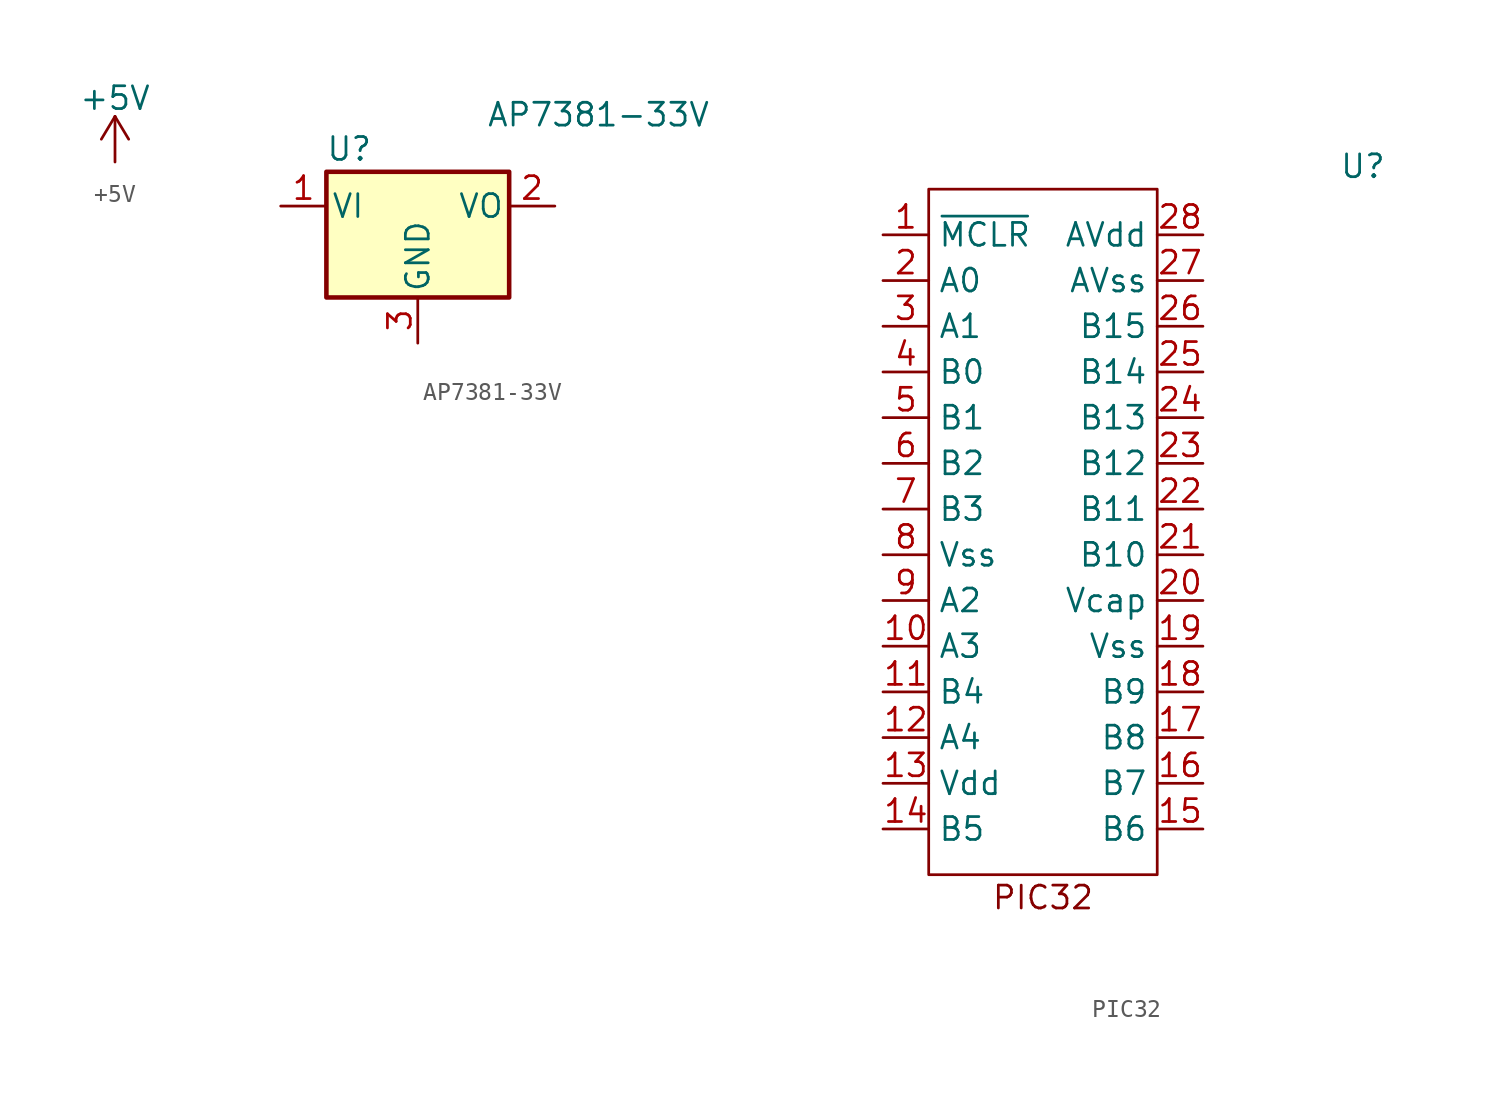
<source format=kicad_sym>
(kicad_symbol_lib
  (version 20220914)
  (generator kicad_symbol_editor)
  (symbol "+5V"
    (power)
    (pin_names
      (offset 0))
    (property "Reference" "#PWR"
      (at 0 -3.81 0)
      (effects (font (size 1.27 1.27)) hide))
    (property "Value" "+5V"
      (at 0 3.556 0)
      (effects (font (size 1.27 1.27))))
    (symbol "+5V_0_1"
      (polyline (pts (xy -0.762 1.27) (xy 0 2.54)) (stroke (width 0) (type default)) (fill (type none)))
      (polyline (pts (xy 0 0) (xy 0 2.54)) (stroke (width 0) (type default)) (fill (type none)))
      (polyline (pts (xy 0 2.54) (xy 0.762 1.27)) (stroke (width 0) (type default)) (fill (type none))))
    (symbol "+5V_1_1"
      (pin power_in line (at 0 0 90) (length 0) hide (name "+3.3V" (effects (font (size 1.27 1.27)))) (number "1" (effects (font (size 1.27 1.27)))))))
  (symbol "AP7381-33V"
    (pin_names
      (offset 0.254))
    (property "Reference" "U"
      (at -3.81 3.175 0)
      (effects (font (size 1.27 1.27))))
    (property "Value" "AP7381-33V"
      (at 3.81 5.08 0)
      (effects (font (size 1.27 1.27)) (justify left)))
    (symbol "AP7381-33V_0_1"
      (rectangle (start -5.08 1.905) (end 5.08 -5.08) (stroke (width 0.254) (type default)) (fill (type background))))
    (symbol "AP7381-33V_1_1"
      (pin power_in line (at -7.62 0 0) (length 2.54) (name "VI" (effects (font (size 1.27 1.27)))) (number "1" (effects (font (size 1.27 1.27)))))
      (pin power_out line (at 7.62 0 180) (length 2.54) (name "VO" (effects (font (size 1.27 1.27)))) (number "2" (effects (font (size 1.27 1.27)))))
      (pin power_in line (at 0 -7.62 90) (length 2.54) (name "GND" (effects (font (size 1.27 1.27)))) (number "3" (effects (font (size 1.27 1.27)))))))
  (symbol "PIC32"
    (property "Reference" "U"
      (at 17.78 17.78 0)
      (effects (font (size 1.27 1.27))))
    (property "Value" ""
      (at 5.08 8.89 0)
      (effects (font (size 1.27 1.27))))
    (symbol "PIC32_0_1"
      (rectangle (start -6.35 16.51) (end 6.35 -21.59) (stroke (width 0) (type default)) (fill (type none))))
    (symbol "PIC32_1_1"
      (text "PIC32" (at 0 -22.86 0) (effects (font (size 1.27 1.27))))
      (pin input line (at -8.89 13.97 0) (length 2.54) (name "~{MCLR}" (effects (font (size 1.27 1.27)))) (number "1" (effects (font (size 1.27 1.27)))))
      (pin input line (at -8.89 -8.89 0) (length 2.54) (name "A3" (effects (font (size 1.27 1.27)))) (number "10" (effects (font (size 1.27 1.27)))))
      (pin input line (at -8.89 -11.43 0) (length 2.54) (name "B4" (effects (font (size 1.27 1.27)))) (number "11" (effects (font (size 1.27 1.27)))))
      (pin input line (at -8.89 -13.97 0) (length 2.54) (name "A4" (effects (font (size 1.27 1.27)))) (number "12" (effects (font (size 1.27 1.27)))))
      (pin input line (at -8.89 -16.51 0) (length 2.54) (name "Vdd" (effects (font (size 1.27 1.27)))) (number "13" (effects (font (size 1.27 1.27)))))
      (pin input line (at -8.89 -19.05 0) (length 2.54) (name "B5" (effects (font (size 1.27 1.27)))) (number "14" (effects (font (size 1.27 1.27)))))
      (pin input line (at 8.89 -19.05 180) (length 2.54) (name "B6" (effects (font (size 1.27 1.27)))) (number "15" (effects (font (size 1.27 1.27)))))
      (pin input line (at 8.89 -16.51 180) (length 2.54) (name "B7" (effects (font (size 1.27 1.27)))) (number "16" (effects (font (size 1.27 1.27)))))
      (pin input line (at 8.89 -13.97 180) (length 2.54) (name "B8" (effects (font (size 1.27 1.27)))) (number "17" (effects (font (size 1.27 1.27)))))
      (pin input line (at 8.89 -11.43 180) (length 2.54) (name "B9" (effects (font (size 1.27 1.27)))) (number "18" (effects (font (size 1.27 1.27)))))
      (pin input line (at 8.89 -8.89 180) (length 2.54) (name "Vss" (effects (font (size 1.27 1.27)))) (number "19" (effects (font (size 1.27 1.27)))))
      (pin input line (at -8.89 11.43 0) (length 2.54) (name "A0" (effects (font (size 1.27 1.27)))) (number "2" (effects (font (size 1.27 1.27)))))
      (pin input line (at 8.89 -6.35 180) (length 2.54) (name "Vcap" (effects (font (size 1.27 1.27)))) (number "20" (effects (font (size 1.27 1.27)))))
      (pin input line (at 8.89 -3.81 180) (length 2.54) (name "B10" (effects (font (size 1.27 1.27)))) (number "21" (effects (font (size 1.27 1.27)))))
      (pin input line (at 8.89 -1.27 180) (length 2.54) (name "B11" (effects (font (size 1.27 1.27)))) (number "22" (effects (font (size 1.27 1.27)))))
      (pin input line (at 8.89 1.27 180) (length 2.54) (name "B12" (effects (font (size 1.27 1.27)))) (number "23" (effects (font (size 1.27 1.27)))))
      (pin input line (at 8.89 3.81 180) (length 2.54) (name "B13" (effects (font (size 1.27 1.27)))) (number "24" (effects (font (size 1.27 1.27)))))
      (pin input line (at 8.89 6.35 180) (length 2.54) (name "B14" (effects (font (size 1.27 1.27)))) (number "25" (effects (font (size 1.27 1.27)))))
      (pin input line (at 8.89 8.89 180) (length 2.54) (name "B15" (effects (font (size 1.27 1.27)))) (number "26" (effects (font (size 1.27 1.27)))))
      (pin input line (at 8.89 11.43 180) (length 2.54) (name "AVss" (effects (font (size 1.27 1.27)))) (number "27" (effects (font (size 1.27 1.27)))))
      (pin input line (at 8.89 13.97 180) (length 2.54) (name "AVdd" (effects (font (size 1.27 1.27)))) (number "28" (effects (font (size 1.27 1.27)))))
      (pin input line (at -8.89 8.89 0) (length 2.54) (name "A1" (effects (font (size 1.27 1.27)))) (number "3" (effects (font (size 1.27 1.27)))))
      (pin input line (at -8.89 6.35 0) (length 2.54) (name "B0" (effects (font (size 1.27 1.27)))) (number "4" (effects (font (size 1.27 1.27)))))
      (pin input line (at -8.89 3.81 0) (length 2.54) (name "B1" (effects (font (size 1.27 1.27)))) (number "5" (effects (font (size 1.27 1.27)))))
      (pin input line (at -8.89 1.27 0) (length 2.54) (name "B2" (effects (font (size 1.27 1.27)))) (number "6" (effects (font (size 1.27 1.27)))))
      (pin input line (at -8.89 -1.27 0) (length 2.54) (name "B3" (effects (font (size 1.27 1.27)))) (number "7" (effects (font (size 1.27 1.27)))))
      (pin input line (at -8.89 -3.81 0) (length 2.54) (name "Vss" (effects (font (size 1.27 1.27)))) (number "8" (effects (font (size 1.27 1.27)))))
      (pin input line (at -8.89 -6.35 0) (length 2.54) (name "A2" (effects (font (size 1.27 1.27)))) (number "9" (effects (font (size 1.27 1.27))))))))
</source>
